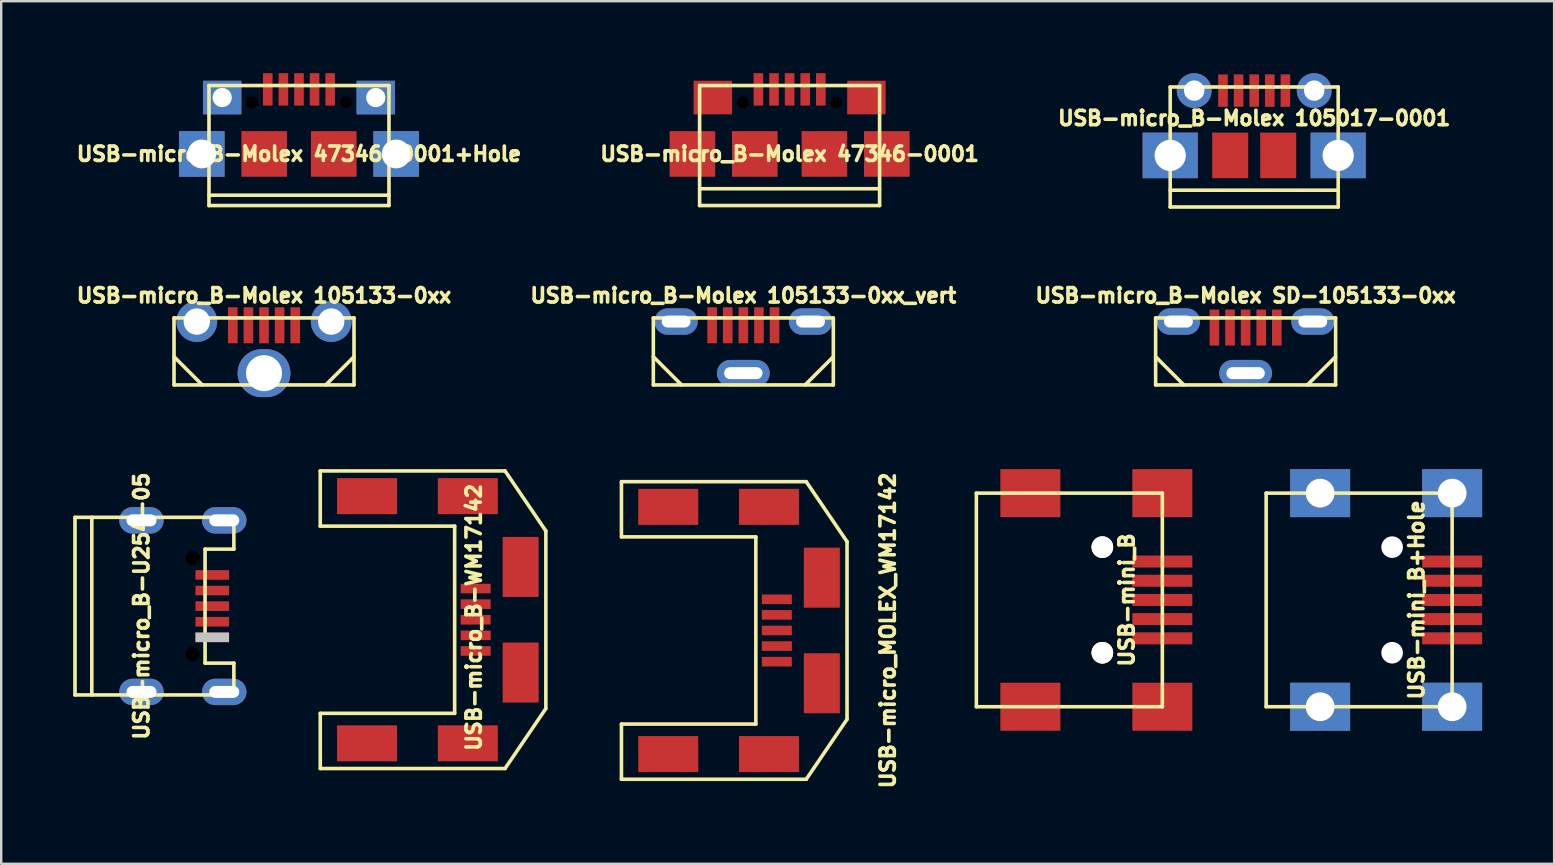
<source format=kicad_pcb>
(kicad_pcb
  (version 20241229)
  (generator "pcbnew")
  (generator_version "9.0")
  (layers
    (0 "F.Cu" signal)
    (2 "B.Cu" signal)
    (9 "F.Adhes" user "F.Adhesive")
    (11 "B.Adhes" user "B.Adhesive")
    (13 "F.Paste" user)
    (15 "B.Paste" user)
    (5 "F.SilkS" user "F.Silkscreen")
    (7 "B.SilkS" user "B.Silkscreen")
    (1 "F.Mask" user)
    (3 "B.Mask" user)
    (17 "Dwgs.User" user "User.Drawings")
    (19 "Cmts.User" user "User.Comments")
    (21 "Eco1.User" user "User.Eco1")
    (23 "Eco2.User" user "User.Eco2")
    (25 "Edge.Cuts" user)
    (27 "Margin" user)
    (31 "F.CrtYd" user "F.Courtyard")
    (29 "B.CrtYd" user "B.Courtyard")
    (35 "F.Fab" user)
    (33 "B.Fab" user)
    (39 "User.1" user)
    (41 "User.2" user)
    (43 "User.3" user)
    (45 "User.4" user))
  (footprint "USB-mini_B+Hole"
    (layer "F.Cu")
    (at 54.959 21.949)
    (property "Reference" "USB-mini_B+Hole" (at 1.016 0 90) (layer "F.SilkS") (effects (font (size 0.6 0.6) (thickness 0.15))))
    (attr smd)
    (fp_line (start -5.25 -4.45) (end -5.25 4.45) (stroke (width 0.15) (type solid)) (layer "F.SilkS"))
    (fp_line (start -5.25 -4.45) (end 2.5 -4.45) (stroke (width 0.15) (type solid)) (layer "F.SilkS"))
    (fp_line (start 2.5 -4.45) (end 2.5 4.45) (stroke (width 0.15) (type solid)) (layer "F.SilkS"))
    (fp_line (start 2.5 4.45) (end -5.25 4.45) (stroke (width 0.15) (type solid)) (layer "F.SilkS"))
    (pad "" np_thru_hole circle (at 0 -2.2) (size 0.9 0.9) (drill 0.9) (layers "*.Cu" "*.Mask"))
    (pad "" np_thru_hole circle (at 0 2.2) (size 0.9 0.9) (drill 0.9) (layers "*.Cu" "*.Mask"))
    (pad "1" smd rect (at 2.5 -1.6) (size 2.5 0.5) (layers "F.Cu" "F.Mask" "F.Paste"))
    (pad "2" smd rect (at 2.5 -0.8) (size 2.5 0.5) (layers "F.Cu" "F.Mask" "F.Paste"))
    (pad "3" smd rect (at 2.5 0) (size 2.5 0.5) (layers "F.Cu" "F.Mask" "F.Paste"))
    (pad "4" smd rect (at 2.5 0.8) (size 2.5 0.5) (layers "F.Cu" "F.Mask" "F.Paste"))
    (pad "5" smd rect (at 2.5 1.6) (size 2.5 0.5) (layers "F.Cu" "F.Mask" "F.Paste"))
    (pad "SHLD" thru_hole rect (at -3 -4.45) (size 2.5 2) (drill 1.2) (layers "*.Cu" "*.Mask" "F.Paste"))
    (pad "SHLD" thru_hole rect (at -3 4.45) (size 2.5 2) (drill 1.2) (layers "*.Cu" "*.Mask" "F.Paste"))
    (pad "SHLD" thru_hole rect (at 2.5 -4.45) (size 2.5 2) (drill 1.2) (layers "*.Cu" "*.Mask" "F.Paste"))
    (pad "SHLD" thru_hole rect (at 2.5 4.45) (size 2.5 2) (drill 1.2) (layers "*.Cu" "*.Mask" "F.Paste")))
  (footprint "USB-micro_B-Molex 105017-0001"
    (layer "F.Cu")
    (at 49.211 4.875)
    (property "Reference" "USB-micro_B-Molex 105017-0001" (at 0 -3 0) (layer "F.SilkS") (effects (font (size 0.6 0.6) (thickness 0.15))))
    (attr through_hole)
    (fp_line (start -3.5 -4.3) (end -3.5 0.7) (stroke (width 0.15) (type solid)) (layer "F.SilkS"))
    (fp_line (start -3.5 0) (end 3.5 0) (stroke (width 0.15) (type solid)) (layer "F.SilkS"))
    (fp_line (start -3.5 0.7) (end 3.5 0.7) (stroke (width 0.15) (type solid)) (layer "F.SilkS"))
    (fp_line (start 3.5 -4.3) (end -3.5 -4.3) (stroke (width 0.15) (type solid)) (layer "F.SilkS"))
    (fp_line (start 3.5 0.7) (end 3.5 -4.3) (stroke (width 0.15) (type solid)) (layer "F.SilkS"))
    (pad "1" smd rect (at -1.3 -4.15) (size 0.4 1.35) (layers "F.Cu" "F.Mask" "F.Paste"))
    (pad "2" smd rect (at -0.65 -4.15) (size 0.4 1.35) (layers "F.Cu" "F.Mask" "F.Paste"))
    (pad "3" smd rect (at 0 -4.15) (size 0.4 1.35) (layers "F.Cu" "F.Mask" "F.Paste"))
    (pad "4" smd rect (at 0.65 -4.15) (size 0.4 1.35) (layers "F.Cu" "F.Mask" "F.Paste"))
    (pad "5" smd rect (at 1.3 -4.15) (size 0.4 1.35) (layers "F.Cu" "F.Mask" "F.Paste"))
    (pad "SHLD" thru_hole rect (at -3.5 -1.45) (size 2.3 1.9) (drill 1.3) (layers "*.Cu" "*.Mask" "F.Paste"))
    (pad "SHLD" thru_hole circle (at -2.5 -4.15) (size 1.45 1.45) (drill 0.85) (layers "*.Cu" "*.Mask" "F.Paste"))
    (pad "SHLD" smd rect (at -1 -1.45) (size 1.5 1.9) (layers "F.Cu" "F.Mask" "F.Paste"))
    (pad "SHLD" smd rect (at 1 -1.45) (size 1.5 1.9) (layers "F.Cu" "F.Mask" "F.Paste"))
    (pad "SHLD" thru_hole circle (at 2.5 -4.15) (size 1.45 1.45) (drill 0.85) (layers "*.Cu" "*.Mask" "F.Paste"))
    (pad "SHLD" thru_hole rect (at 3.5 -1.45) (size 2.3 1.9) (drill 1.3) (layers "*.Cu" "*.Mask" "F.Paste")))
  (footprint "USB-micro_B-Molex SD-105133-0xx"
    (layer "F.Cu")
    (at 48.854 10.764)
    (property "Reference" "USB-micro_B-Molex SD-105133-0xx" (at 0 -1.5 0) (layer "F.SilkS") (effects (font (size 0.6 0.6) (thickness 0.15))))
    (attr through_hole)
    (fp_line (start -3.75 -0.565) (end -3.75 2.225) (stroke (width 0.15) (type solid)) (layer "F.SilkS"))
    (fp_line (start -3.75 2.225) (end 3.75 2.225) (stroke (width 0.15) (type solid)) (layer "F.SilkS"))
    (fp_line (start -2.575 2.225) (end -3.75 1.05) (stroke (width 0.15) (type solid)) (layer "F.SilkS"))
    (fp_line (start 3.75 -0.565) (end -3.75 -0.565) (stroke (width 0.15) (type solid)) (layer "F.SilkS"))
    (fp_line (start 3.75 1.05) (end 2.575 2.225) (stroke (width 0.15) (type solid)) (layer "F.SilkS"))
    (fp_line (start 3.75 2.225) (end 3.75 -0.565) (stroke (width 0.15) (type solid)) (layer "F.SilkS"))
    (pad "1" smd rect (at -1.3 -0.165) (size 0.4 1.5) (layers "F.Cu" "F.Mask" "F.Paste"))
    (pad "2" smd rect (at -0.65 -0.165) (size 0.4 1.5) (layers "F.Cu" "F.Mask" "F.Paste"))
    (pad "3" smd rect (at 0 -0.165) (size 0.4 1.5) (layers "F.Cu" "F.Mask" "F.Paste"))
    (pad "4" smd rect (at 0.65 -0.165) (size 0.4 1.5) (layers "F.Cu" "F.Mask" "F.Paste"))
    (pad "5" smd rect (at 1.3 -0.165) (size 0.4 1.5) (layers "F.Cu" "F.Mask" "F.Paste"))
    (pad "SHLD" thru_hole oval (at -2.8 -0.415) (size 1.8 1.1) (drill oval 1.2 0.5) (layers "*.Cu" "*.Mask" "F.Paste"))
    (pad "SHLD" thru_hole oval (at 0 1.735) (size 2.2 1.1) (drill oval 1.6 0.5) (layers "*.Cu" "*.Mask" "F.Paste"))
    (pad "SHLD" thru_hole oval (at 2.8 -0.415) (size 1.8 1.1) (drill oval 1.2 0.5) (layers "*.Cu" "*.Mask" "F.Paste")))
  (footprint "USB-micro_B-Molex 105133-0xx"
    (layer "F.Cu")
    (at 7.951 10.764)
    (property "Reference" "USB-micro_B-Molex 105133-0xx" (at 0 -1.5 0) (layer "F.SilkS") (effects (font (size 0.6 0.6) (thickness 0.15))))
    (attr through_hole)
    (fp_line (start -3.75 -0.565) (end -3.75 2.225) (stroke (width 0.15) (type solid)) (layer "F.SilkS"))
    (fp_line (start -3.75 2.225) (end 3.75 2.225) (stroke (width 0.15) (type solid)) (layer "F.SilkS"))
    (fp_line (start -2.575 2.225) (end -3.75 1.05) (stroke (width 0.15) (type solid)) (layer "F.SilkS"))
    (fp_line (start 3.75 -0.565) (end -3.75 -0.565) (stroke (width 0.15) (type solid)) (layer "F.SilkS"))
    (fp_line (start 3.75 1.05) (end 2.575 2.225) (stroke (width 0.15) (type solid)) (layer "F.SilkS"))
    (fp_line (start 3.75 2.225) (end 3.75 -0.565) (stroke (width 0.15) (type solid)) (layer "F.SilkS"))
    (pad "1" smd rect (at -1.3 -0.26) (size 0.4 1.5) (layers "F.Cu" "F.Mask" "F.Paste"))
    (pad "2" smd rect (at -0.65 -0.26) (size 0.4 1.5) (layers "F.Cu" "F.Mask" "F.Paste"))
    (pad "3" smd rect (at 0 -0.26) (size 0.4 1.5) (layers "F.Cu" "F.Mask" "F.Paste"))
    (pad "4" smd rect (at 0.65 -0.26) (size 0.4 1.5) (layers "F.Cu" "F.Mask" "F.Paste"))
    (pad "5" smd rect (at 1.3 -0.26) (size 0.4 1.5) (layers "F.Cu" "F.Mask" "F.Paste"))
    (pad "SHLD" thru_hole circle (at -2.8 -0.415) (size 1.7 1.7) (drill 1.1) (layers "*.Cu" "*.Mask"))
    (pad "SHLD" thru_hole oval (at 0 1.735) (size 2.2 2) (drill 1.5) (layers "*.Cu" "*.Mask"))
    (pad "SHLD" thru_hole circle (at 2.8 -0.415) (size 1.7 1.7) (drill 1.1) (layers "*.Cu" "*.Mask")))
  (footprint "USB-micro_B-U254-05"
    (layer "F.Cu")
    (at 2.845 22.207)
    (property "Reference" "USB-micro_B-U254-05" (at 0 0 90) (layer "F.SilkS") (effects (font (size 0.6 0.6) (thickness 0.15))))
    (attr smd)
    (fp_line (start -2.77 -3.7) (end 3.85 -3.7) (stroke (width 0.15) (type solid)) (layer "F.SilkS"))
    (fp_line (start -2.77 3.7) (end -2.77 -3.7) (stroke (width 0.15) (type solid)) (layer "F.SilkS"))
    (fp_line (start -2.07 3.7) (end -2.07 -3.7) (stroke (width 0.15) (type solid)) (layer "F.SilkS"))
    (fp_line (start 2.65 -2.375) (end 2.65 2.375) (stroke (width 0.15) (type solid)) (layer "F.SilkS"))
    (fp_line (start 2.65 -2.375) (end 3.85 -2.375) (stroke (width 0.15) (type solid)) (layer "F.SilkS"))
    (fp_line (start 3.85 -2.375) (end 3.85 -3.7) (stroke (width 0.15) (type solid)) (layer "F.SilkS"))
    (fp_line (start 3.85 2.375) (end 2.65 2.375) (stroke (width 0.15) (type solid)) (layer "F.SilkS"))
    (fp_line (start 3.85 3.7) (end -2.77 3.7) (stroke (width 0.15) (type solid)) (layer "F.SilkS"))
    (fp_line (start 3.85 3.7) (end 3.85 2.375) (stroke (width 0.15) (type solid)) (layer "F.SilkS"))
    (pad "" np_thru_hole circle (at 2.13 -2) (size 1 1) (drill 0.6) (layers "*.Mask"))
    (pad "" np_thru_hole circle (at 2.13 2) (size 1 1) (drill 0.6) (layers "*.Mask"))
    (pad "1" smd rect (at 2.95 -1.3) (size 1.4 0.4) (layers "F.Cu" "F.Mask" "F.Paste"))
    (pad "2" smd rect (at 2.95 -0.65) (size 1.4 0.4) (layers "F.Cu" "F.Mask" "F.Paste"))
    (pad "3" smd rect (at 2.95 0) (size 1.4 0.4) (layers "F.Cu" "F.Mask" "F.Paste"))
    (pad "4" smd rect (at 2.95 0.65) (size 1.4 0.4) (layers "F.Cu" "F.Mask" "F.Paste"))
    (pad "5" smd rect (at 2.95 1.3) (size 1.4 0.4) (layers "F.Cu" "F.Mask" "F.Paste" "Dwgs.User"))
    (pad "SHLD" thru_hole oval (at 0 -3.575) (size 1.85 1.1) (drill oval 1.25 0.5) (layers "*.Cu" "*.Mask" "F.Paste"))
    (pad "SHLD" thru_hole oval (at 0 3.575) (size 1.85 1.1) (drill oval 1.25 0.5) (layers "*.Cu" "*.Mask" "F.Paste"))
    (pad "SHLD" thru_hole oval (at 3.45 -3.575) (size 1.85 1.1) (drill oval 1.25 0.5) (layers "*.Cu" "*.Mask" "F.Paste"))
    (pad "SHLD" thru_hole oval (at 3.45 3.575) (size 1.85 1.1) (drill oval 1.25 0.5) (layers "*.Cu" "*.Mask" "F.Paste")))
  (footprint "USB-micro_B-Molex 105133-0xx_vert"
    (layer "F.Cu")
    (at 27.924 10.764)
    (property "Reference" "USB-micro_B-Molex 105133-0xx_vert" (at 0 -1.5 0) (layer "F.SilkS") (effects (font (size 0.6 0.6) (thickness 0.15))))
    (attr smd)
    (fp_line (start -3.75 -0.565) (end -3.75 2.225) (stroke (width 0.15) (type solid)) (layer "F.SilkS"))
    (fp_line (start -3.75 2.225) (end 3.75 2.225) (stroke (width 0.15) (type solid)) (layer "F.SilkS"))
    (fp_line (start -2.575 2.225) (end -3.75 1.05) (stroke (width 0.15) (type solid)) (layer "F.SilkS"))
    (fp_line (start 3.75 -0.565) (end -3.75 -0.565) (stroke (width 0.15) (type solid)) (layer "F.SilkS"))
    (fp_line (start 3.75 1.05) (end 2.575 2.225) (stroke (width 0.15) (type solid)) (layer "F.SilkS"))
    (fp_line (start 3.75 2.225) (end 3.75 -0.565) (stroke (width 0.15) (type solid)) (layer "F.SilkS"))
    (pad "1" smd rect (at -1.3 -0.26) (size 0.4 1.5) (layers "F.Cu" "F.Mask" "F.Paste"))
    (pad "2" smd rect (at -0.65 -0.26) (size 0.4 1.5) (layers "F.Cu" "F.Mask" "F.Paste"))
    (pad "3" smd rect (at 0 -0.26) (size 0.4 1.5) (layers "F.Cu" "F.Mask" "F.Paste"))
    (pad "4" smd rect (at 0.65 -0.26) (size 0.4 1.5) (layers "F.Cu" "F.Mask" "F.Paste"))
    (pad "5" smd rect (at 1.3 -0.26) (size 0.4 1.5) (layers "F.Cu" "F.Mask" "F.Paste"))
    (pad "SHLD" thru_hole oval (at -2.8 -0.415) (size 1.8 1.1) (drill oval 1.2 0.5) (layers "*.Cu" "*.Mask" "F.Paste"))
    (pad "SHLD" thru_hole oval (at 0 1.735) (size 2.2 1.1) (drill oval 1.6 0.5) (layers "*.Cu" "*.Mask" "F.Paste"))
    (pad "SHLD" thru_hole oval (at 2.8 -0.415) (size 1.8 1.1) (drill oval 1.2 0.5) (layers "*.Cu" "*.Mask" "F.Paste")))
  (footprint "USB-micro_MOLEX_WM17142"
    (layer "F.Cu")
    (at 28.445 23.221)
    (property "Reference" "USB-micro_MOLEX_WM17142" (at 5.5 0 90) (layer "F.SilkS") (effects (font (size 0.6 0.6) (thickness 0.15))))
    (attr smd)
    (fp_line (start -5.6 -6.2) (end 2.1 -6.2) (stroke (width 0.15) (type solid)) (layer "F.SilkS"))
    (fp_line (start -5.6 -3.9) (end -5.6 -6.2) (stroke (width 0.15) (type solid)) (layer "F.SilkS"))
    (fp_line (start -5.6 -3.9) (end 0 -3.9) (stroke (width 0.15) (type solid)) (layer "F.SilkS"))
    (fp_line (start -5.6 6.2) (end -5.6 3.9) (stroke (width 0.15) (type solid)) (layer "F.SilkS"))
    (fp_line (start 0 -3.9) (end 0 3.9) (stroke (width 0.15) (type solid)) (layer "F.SilkS"))
    (fp_line (start 0 3.9) (end -5.6 3.9) (stroke (width 0.15) (type solid)) (layer "F.SilkS"))
    (fp_line (start 2.1 -6.2) (end 3.8 -3.7) (stroke (width 0.15) (type solid)) (layer "F.SilkS"))
    (fp_line (start 2.1 6.2) (end -5.6 6.2) (stroke (width 0.15) (type solid)) (layer "F.SilkS"))
    (fp_line (start 3.8 -3.7) (end 3.8 3.7) (stroke (width 0.15) (type solid)) (layer "F.SilkS"))
    (fp_line (start 3.8 3.7) (end 2.1 6.2) (stroke (width 0.15) (type solid)) (layer "F.SilkS"))
    (pad "1" smd rect (at 0.875 -1.3) (size 1.25 0.4) (layers "F.Cu" "F.Mask" "F.Paste"))
    (pad "2" smd rect (at 0.875 -0.65) (size 1.25 0.4) (layers "F.Cu" "F.Mask" "F.Paste"))
    (pad "3" smd rect (at 0.875 0) (size 1.25 0.4) (layers "F.Cu" "F.Mask" "F.Paste"))
    (pad "4" smd rect (at 0.875 0.65) (size 1.25 0.4) (layers "F.Cu" "F.Mask" "F.Paste"))
    (pad "5" smd rect (at 0.875 1.3) (size 1.25 0.4) (layers "F.Cu" "F.Mask" "F.Paste"))
    (pad "SHLD" smd rect (at -3.65 -5.15) (size 2.5 1.5) (layers "F.Cu" "F.Mask" "F.Paste"))
    (pad "SHLD" smd rect (at -3.65 5.15) (size 2.5 1.5) (layers "F.Cu" "F.Mask" "F.Paste"))
    (pad "SHLD" smd rect (at 0.55 -5.15) (size 2.5 1.5) (layers "F.Cu" "F.Mask" "F.Paste"))
    (pad "SHLD" smd rect (at 0.55 5.15) (size 2.5 1.5) (layers "F.Cu" "F.Mask" "F.Paste"))
    (pad "SHLD" smd rect (at 2.75 -2.2 90) (size 2.5 1.5) (layers "F.Cu" "F.Mask" "F.Paste"))
    (pad "SHLD" smd rect (at 2.75 2.2 90) (size 2.5 1.5) (layers "F.Cu" "F.Mask" "F.Paste")))
  (footprint "USB-micro_B-Molex 47346-0001+Hole"
    (layer "F.Cu")
    (at 9.408 3.365)
    (property "Reference" "USB-micro_B-Molex 47346-0001+Hole" (at 0 0 180) (layer "F.SilkS") (effects (font (size 0.6 0.6) (thickness 0.15))))
    (attr smd)
    (fp_line (start -3.75 2.15) (end -3.75 -2.85) (stroke (width 0.15) (type solid)) (layer "F.SilkS"))
    (fp_line (start 3.75 -2.85) (end -3.75 -2.85) (stroke (width 0.15) (type solid)) (layer "F.SilkS"))
    (fp_line (start 3.75 -2.85) (end 3.75 2.15) (stroke (width 0.15) (type solid)) (layer "F.SilkS"))
    (fp_line (start 3.75 1.72) (end -3.75 1.72) (stroke (width 0.15) (type solid)) (layer "F.SilkS"))
    (fp_line (start 3.75 2.15) (end -3.75 2.15) (stroke (width 0.15) (type solid)) (layer "F.SilkS"))
    (pad "" np_thru_hole circle (at -1.95 -2.15 90) (size 0.9 0.9) (drill 0.5) (layers "*.Mask"))
    (pad "" np_thru_hole circle (at 1.95 -2.15 90) (size 0.9 0.9) (drill 0.5) (layers "*.Mask"))
    (pad "1" smd rect (at -1.3 -2.69 90) (size 1.35 0.4) (layers "F.Cu" "F.Mask" "F.Paste"))
    (pad "2" smd rect (at -0.65 -2.69 90) (size 1.35 0.4) (layers "F.Cu" "F.Mask" "F.Paste"))
    (pad "3" smd rect (at 0 -2.69 90) (size 1.35 0.4) (layers "F.Cu" "F.Mask" "F.Paste"))
    (pad "4" smd rect (at 0.65 -2.69 90) (size 1.35 0.4) (layers "F.Cu" "F.Mask" "F.Paste"))
    (pad "5" smd rect (at 1.3 -2.69 90) (size 1.35 0.4) (layers "F.Cu" "F.Mask" "F.Paste"))
    (pad "SHLD" thru_hole rect (at -4.05 0 90) (size 1.9 1.9) (drill 1.2) (layers "*.Cu" "*.Mask" "F.Paste"))
    (pad "SHLD" thru_hole rect (at -3.2 -2.35 90) (size 1.4 1.6) (drill 0.8) (layers "*.Cu" "*.Mask" "F.Paste"))
    (pad "SHLD" smd rect (at -1.45 0 90) (size 1.9 1.9) (layers "F.Cu" "F.Mask" "F.Paste"))
    (pad "SHLD" smd rect (at 1.45 0 90) (size 1.9 1.9) (layers "F.Cu" "F.Mask" "F.Paste"))
    (pad "SHLD" thru_hole rect (at 3.2 -2.35 90) (size 1.4 1.6) (drill 0.8) (layers "*.Cu" "*.Mask" "F.Paste"))
    (pad "SHLD" thru_hole rect (at 4.05 0 90) (size 1.9 1.9) (drill 1.2) (layers "*.Cu" "*.Mask" "F.Paste")))
  (footprint "USB-micro_B-Molex 47346-0001"
    (layer "F.Cu")
    (at 29.852 3.365)
    (property "Reference" "USB-micro_B-Molex 47346-0001" (at 0 0 180) (layer "F.SilkS") (effects (font (size 0.6 0.6) (thickness 0.15))))
    (attr smd)
    (fp_line (start -3.75 2.15) (end -3.75 -2.85) (stroke (width 0.15) (type solid)) (layer "F.SilkS"))
    (fp_line (start 3.75 -2.85) (end -3.75 -2.85) (stroke (width 0.15) (type solid)) (layer "F.SilkS"))
    (fp_line (start 3.75 -2.85) (end 3.75 2.15) (stroke (width 0.15) (type solid)) (layer "F.SilkS"))
    (fp_line (start 3.75 1.45) (end -3.75 1.45) (stroke (width 0.15) (type solid)) (layer "F.SilkS"))
    (fp_line (start 3.75 2.15) (end -3.75 2.15) (stroke (width 0.15) (type solid)) (layer "F.SilkS"))
    (pad "" np_thru_hole circle (at -1.95 -2.15 90) (size 0.9 0.9) (drill 0.5) (layers "*.Mask"))
    (pad "" np_thru_hole circle (at 1.95 -2.15 90) (size 0.9 0.9) (drill 0.5) (layers "*.Mask"))
    (pad "1" smd rect (at -1.3 -2.69 90) (size 1.35 0.4) (layers "F.Cu" "F.Mask" "F.Paste"))
    (pad "2" smd rect (at -0.65 -2.69 90) (size 1.35 0.4) (layers "F.Cu" "F.Mask" "F.Paste"))
    (pad "3" smd rect (at 0 -2.69 90) (size 1.35 0.4) (layers "F.Cu" "F.Mask" "F.Paste"))
    (pad "4" smd rect (at 0.65 -2.69 90) (size 1.35 0.4) (layers "F.Cu" "F.Mask" "F.Paste"))
    (pad "5" smd rect (at 1.3 -2.69 90) (size 1.35 0.4) (layers "F.Cu" "F.Mask" "F.Paste"))
    (pad "SHLD" smd rect (at -4.05 0 90) (size 1.9 1.9) (layers "F.Cu" "F.Mask" "F.Paste"))
    (pad "SHLD" smd rect (at -3.2 -2.35 90) (size 1.4 1.6) (layers "F.Cu" "F.Mask" "F.Paste"))
    (pad "SHLD" smd rect (at -1.45 0 90) (size 1.9 1.9) (layers "F.Cu" "F.Mask" "F.Paste"))
    (pad "SHLD" smd rect (at 1.45 0 90) (size 1.9 1.9) (layers "F.Cu" "F.Mask" "F.Paste"))
    (pad "SHLD" smd rect (at 3.2 -2.35 90) (size 1.4 1.6) (layers "F.Cu" "F.Mask" "F.Paste"))
    (pad "SHLD" smd rect (at 4.05 0 90) (size 1.9 1.9) (layers "F.Cu" "F.Mask" "F.Paste")))
  (footprint "USB-mini_B"
    (layer "F.Cu")
    (at 42.884 21.949)
    (property "Reference" "USB-mini_B" (at 1.016 0 90) (layer "F.SilkS") (effects (font (size 0.6 0.6) (thickness 0.15))))
    (attr smd)
    (fp_line (start -5.25 -4.45) (end -5.25 4.45) (stroke (width 0.15) (type solid)) (layer "F.SilkS"))
    (fp_line (start -5.25 -4.45) (end 2.5 -4.45) (stroke (width 0.15) (type solid)) (layer "F.SilkS"))
    (fp_line (start 2.5 -4.45) (end 2.5 4.45) (stroke (width 0.15) (type solid)) (layer "F.SilkS"))
    (fp_line (start 2.5 4.45) (end -5.25 4.45) (stroke (width 0.15) (type solid)) (layer "F.SilkS"))
    (pad "" thru_hole circle (at 0 -2.2) (size 0.9 0.9) (drill 0.9) (layers "*.Cu" "*.Mask" "F.SilkS"))
    (pad "" thru_hole circle (at 0 2.2) (size 0.9 0.9) (drill 0.9) (layers "*.Cu" "*.Mask" "F.SilkS"))
    (pad "1" smd rect (at 2.5 -1.6) (size 2.5 0.5) (layers "F.Cu" "F.Mask" "F.Paste"))
    (pad "2" smd rect (at 2.5 -0.8) (size 2.5 0.5) (layers "F.Cu" "F.Mask" "F.Paste"))
    (pad "3" smd rect (at 2.5 0) (size 2.5 0.5) (layers "F.Cu" "F.Mask" "F.Paste"))
    (pad "4" smd rect (at 2.5 0.8) (size 2.5 0.5) (layers "F.Cu" "F.Mask" "F.Paste"))
    (pad "5" smd rect (at 2.5 1.6) (size 2.5 0.5) (layers "F.Cu" "F.Mask" "F.Paste"))
    (pad "SHLD" smd rect (at -3 -4.45) (size 2.5 2) (layers "F.Cu" "F.Mask" "F.Paste"))
    (pad "SHLD" smd rect (at -3 4.45) (size 2.5 2) (layers "F.Cu" "F.Mask" "F.Paste"))
    (pad "SHLD" smd rect (at 2.5 -4.45) (size 2.5 2) (layers "F.Cu" "F.Mask" "F.Paste"))
    (pad "SHLD" smd rect (at 2.5 4.45) (size 2.5 2) (layers "F.Cu" "F.Mask" "F.Paste")))
  (footprint "USB-micro_B-WM17142"
    (layer "F.Cu")
    (at 15.895 22.774)
    (property "Reference" "USB-micro_B-WM17142" (at 0.8 -0.1 90) (layer "F.SilkS") (effects (font (size 0.6 0.6) (thickness 0.15))))
    (attr smd)
    (fp_line (start -5.6 -6.2) (end 2.1 -6.2) (stroke (width 0.15) (type solid)) (layer "F.SilkS"))
    (fp_line (start -5.6 -3.9) (end -5.6 -6.2) (stroke (width 0.15) (type solid)) (layer "F.SilkS"))
    (fp_line (start -5.6 -3.9) (end 0 -3.9) (stroke (width 0.15) (type solid)) (layer "F.SilkS"))
    (fp_line (start -5.6 6.2) (end -5.6 3.9) (stroke (width 0.15) (type solid)) (layer "F.SilkS"))
    (fp_line (start 0 -3.9) (end 0 3.9) (stroke (width 0.15) (type solid)) (layer "F.SilkS"))
    (fp_line (start 0 3.9) (end -5.6 3.9) (stroke (width 0.15) (type solid)) (layer "F.SilkS"))
    (fp_line (start 2.1 -6.2) (end 3.8 -3.7) (stroke (width 0.15) (type solid)) (layer "F.SilkS"))
    (fp_line (start 2.1 6.2) (end -5.6 6.2) (stroke (width 0.15) (type solid)) (layer "F.SilkS"))
    (fp_line (start 3.8 -3.7) (end 3.8 3.7) (stroke (width 0.15) (type solid)) (layer "F.SilkS"))
    (fp_line (start 3.8 3.7) (end 2.1 6.2) (stroke (width 0.15) (type solid)) (layer "F.SilkS"))
    (pad "1" smd rect (at 0.875 -1.3) (size 1.25 0.4) (layers "F.Cu" "F.Mask" "F.Paste"))
    (pad "2" smd rect (at 0.875 -0.65) (size 1.25 0.4) (layers "F.Cu" "F.Mask" "F.Paste"))
    (pad "3" smd rect (at 0.875 0) (size 1.25 0.4) (layers "F.Cu" "F.Mask" "F.Paste"))
    (pad "4" smd rect (at 0.875 0.65) (size 1.25 0.4) (layers "F.Cu" "F.Mask" "F.Paste"))
    (pad "5" smd rect (at 0.875 1.3) (size 1.25 0.4) (layers "F.Cu" "F.Mask" "F.Paste"))
    (pad "SHLD" smd rect (at -3.65 -5.15) (size 2.5 1.5) (layers "F.Cu" "F.Mask" "F.Paste"))
    (pad "SHLD" smd rect (at -3.65 5.15) (size 2.5 1.5) (layers "F.Cu" "F.Mask" "F.Paste"))
    (pad "SHLD" smd rect (at 0.55 -5.15) (size 2.5 1.5) (layers "F.Cu" "F.Mask" "F.Paste"))
    (pad "SHLD" smd rect (at 0.55 5.15) (size 2.5 1.5) (layers "F.Cu" "F.Mask" "F.Paste"))
    (pad "SHLD" smd rect (at 2.75 -2.2 90) (size 2.5 1.5) (layers "F.Cu" "F.Mask" "F.Paste"))
    (pad "SHLD" smd rect (at 2.75 2.2 90) (size 2.5 1.5) (layers "F.Cu" "F.Mask" "F.Paste")))
  (gr_rect
    (start -3 -3)
    (end 61.709 32.944)
    (stroke (width 0.1) (type default))
    (fill no)
    (layer "Edge.Cuts")))
</source>
